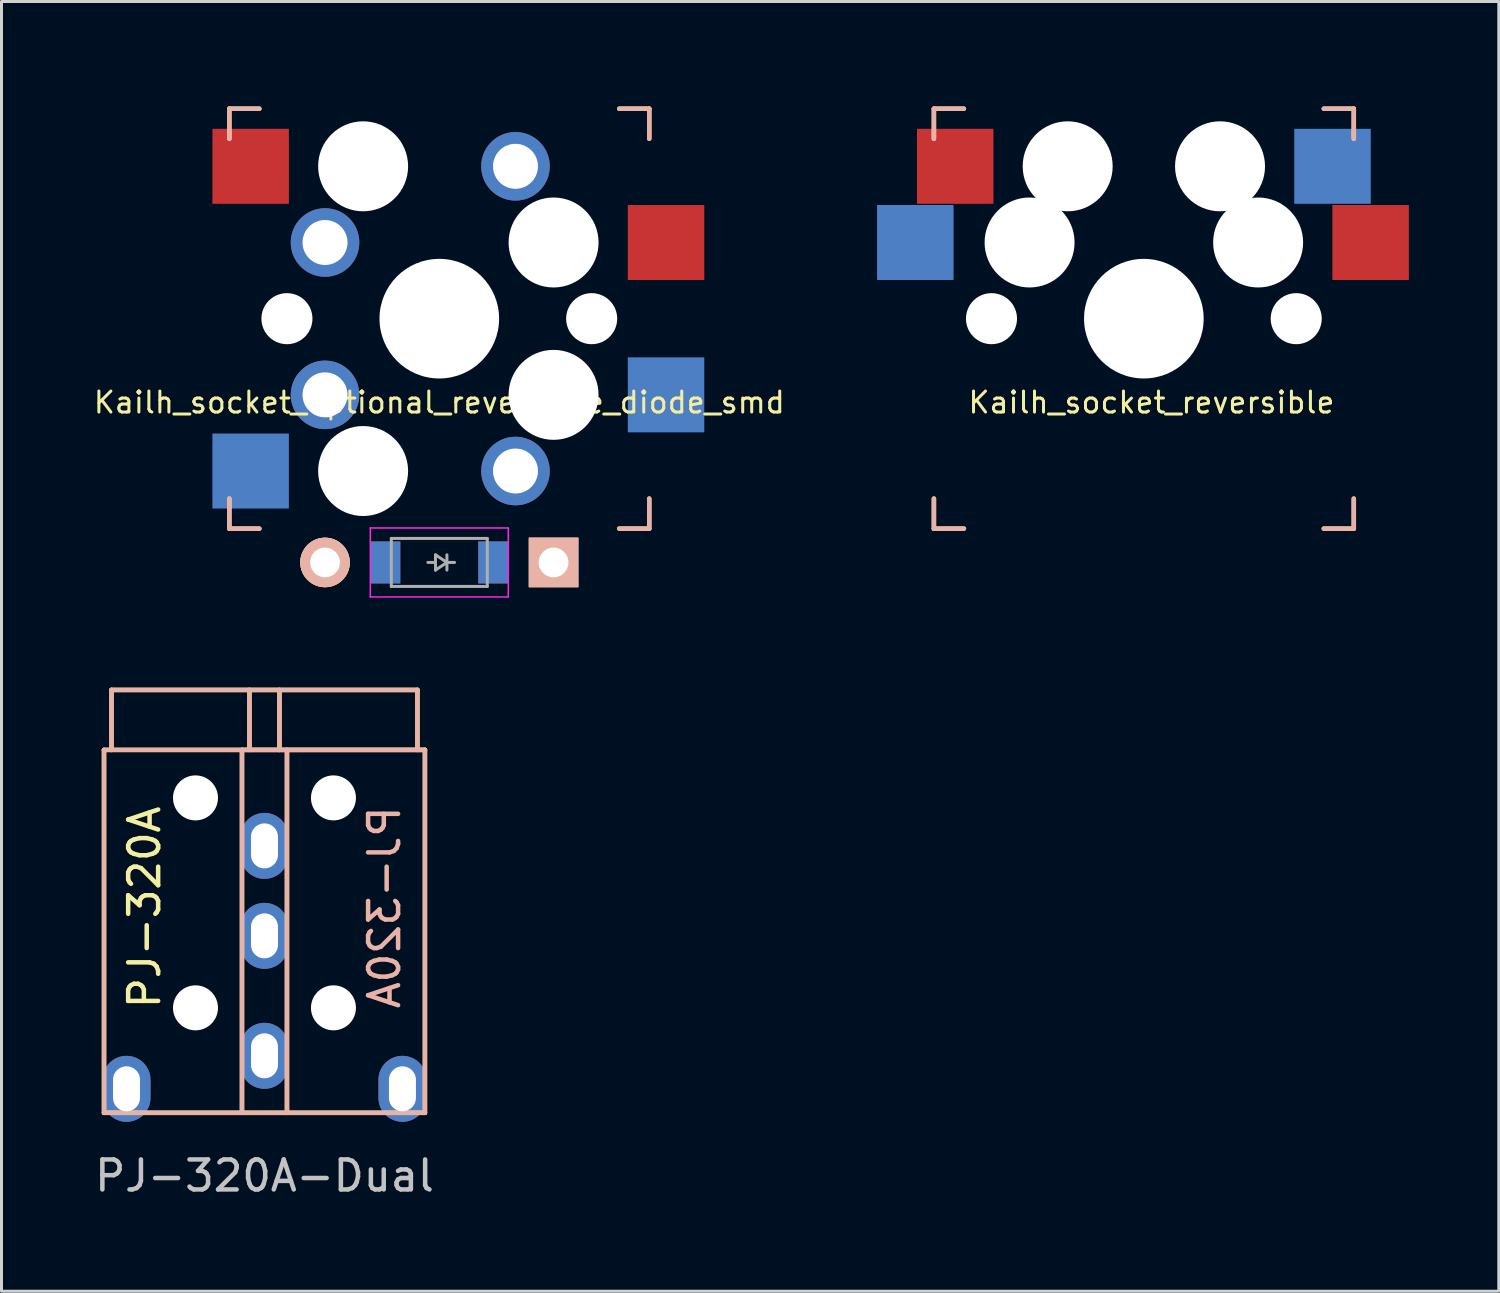
<source format=kicad_pcb>
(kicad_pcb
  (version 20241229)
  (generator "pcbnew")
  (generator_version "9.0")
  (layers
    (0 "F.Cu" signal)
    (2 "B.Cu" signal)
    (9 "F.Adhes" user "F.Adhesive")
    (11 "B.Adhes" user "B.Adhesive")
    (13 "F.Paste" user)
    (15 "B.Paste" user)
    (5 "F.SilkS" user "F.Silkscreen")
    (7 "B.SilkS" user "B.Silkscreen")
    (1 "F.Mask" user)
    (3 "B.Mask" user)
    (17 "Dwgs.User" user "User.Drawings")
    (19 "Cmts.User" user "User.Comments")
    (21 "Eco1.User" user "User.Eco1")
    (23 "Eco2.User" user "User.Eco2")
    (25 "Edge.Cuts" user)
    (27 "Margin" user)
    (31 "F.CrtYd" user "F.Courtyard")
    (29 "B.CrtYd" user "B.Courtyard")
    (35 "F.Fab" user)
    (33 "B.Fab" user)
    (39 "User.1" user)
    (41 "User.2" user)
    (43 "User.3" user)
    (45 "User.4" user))
  (footprint "Kailh_socket_reversible"
    (layer "F.Cu")
    (at 35.088 7.575)
    (property "Reference" "Kailh_socket_reversible" (at 0.254 2.794 0) (layer "F.SilkS") (effects (font (size 0.7 0.7) (thickness 0.1))))
    (attr through_hole)
    (fp_line (start -7 -7) (end -6 -7) (stroke (width 0.15) (type solid)) (layer "F.SilkS"))
    (fp_line (start -7 -6) (end -7 -7) (stroke (width 0.15) (type solid)) (layer "F.SilkS"))
    (fp_line (start -7 7) (end -7 6) (stroke (width 0.15) (type solid)) (layer "F.SilkS"))
    (fp_line (start -6 7) (end -7 7) (stroke (width 0.15) (type solid)) (layer "F.SilkS"))
    (fp_line (start 6 -7) (end 7 -7) (stroke (width 0.15) (type solid)) (layer "F.SilkS"))
    (fp_line (start 7 -7) (end 7 -6) (stroke (width 0.15) (type solid)) (layer "F.SilkS"))
    (fp_line (start 7 6) (end 7 7) (stroke (width 0.15) (type solid)) (layer "F.SilkS"))
    (fp_line (start 7 7) (end 6 7) (stroke (width 0.15) (type solid)) (layer "F.SilkS"))
    (fp_line (start -7 -7) (end -6 -7) (stroke (width 0.15) (type solid)) (layer "B.SilkS"))
    (fp_line (start -7 -6) (end -7 -7) (stroke (width 0.15) (type solid)) (layer "B.SilkS"))
    (fp_line (start -7 7) (end -7 6) (stroke (width 0.15) (type solid)) (layer "B.SilkS"))
    (fp_line (start -6 7) (end -7 7) (stroke (width 0.15) (type solid)) (layer "B.SilkS"))
    (fp_line (start 6 -7) (end 7 -7) (stroke (width 0.15) (type solid)) (layer "B.SilkS"))
    (fp_line (start 7 -7) (end 7 -6) (stroke (width 0.15) (type solid)) (layer "B.SilkS"))
    (fp_line (start 7 6) (end 7 7) (stroke (width 0.15) (type solid)) (layer "B.SilkS"))
    (fp_line (start 7 7) (end 6 7) (stroke (width 0.15) (type solid)) (layer "B.SilkS"))
    (fp_line (start -7.5 -7.5) (end 7.5 -7.5) (stroke (width 0.15) (type solid)) (layer "Eco2.User"))
    (fp_line (start -7.5 7.5) (end -7.5 -7.5) (stroke (width 0.15) (type solid)) (layer "Eco2.User"))
    (fp_line (start -6.9 6.9) (end -6.9 -6.9) (stroke (width 0.15) (type solid)) (layer "Eco2.User"))
    (fp_line (start -6.9 6.9) (end 6.9 6.9) (stroke (width 0.15) (type solid)) (layer "Eco2.User"))
    (fp_line (start 6.9 -6.9) (end -6.9 -6.9) (stroke (width 0.15) (type solid)) (layer "Eco2.User"))
    (fp_line (start 6.9 -6.9) (end 6.9 6.9) (stroke (width 0.15) (type solid)) (layer "Eco2.User"))
    (fp_line (start 7.5 -7.5) (end 7.5 7.5) (stroke (width 0.15) (type solid)) (layer "Eco2.User"))
    (fp_line (start 7.5 7.5) (end -7.5 7.5) (stroke (width 0.15) (type solid)) (layer "Eco2.User"))
    (pad "" np_thru_hole circle (at -5.08 0) (size 1.702 1.702) (drill 1.702) (layers "*.Cu" "*.Mask"))
    (pad "" np_thru_hole circle (at -3.81 -2.54) (size 3 3) (drill 3) (layers "*.Cu" "*.Mask"))
    (pad "" np_thru_hole circle (at -2.54 -5.08) (size 3 3) (drill 3) (layers "*.Cu" "*.Mask"))
    (pad "" np_thru_hole circle (at 0 0) (size 3.988 3.988) (drill 3.988) (layers "*.Cu" "*.Mask"))
    (pad "" np_thru_hole circle (at 2.54 -5.08) (size 3 3) (drill 3) (layers "*.Cu" "*.Mask"))
    (pad "" np_thru_hole circle (at 3.81 -2.54) (size 3 3) (drill 3) (layers "*.Cu" "*.Mask"))
    (pad "" np_thru_hole circle (at 5.08 0) (size 1.702 1.702) (drill 1.702) (layers "*.Cu" "*.Mask"))
    (pad "1" smd rect (at -7.62 -2.54) (size 2.55 2.5) (layers "B.Cu" "B.Mask" "B.Paste"))
    (pad "1" smd rect (at -6.29 -5.08) (size 2.55 2.5) (layers "F.Cu" "F.Mask" "F.Paste"))
    (pad "2" smd rect (at 6.29 -5.08) (size 2.55 2.5) (layers "B.Cu" "B.Mask" "B.Paste"))
    (pad "2" smd rect (at 7.56 -2.54) (size 2.55 2.5) (layers "F.Cu" "F.Mask" "F.Paste")))
  (footprint "Kailh_socket_optional_reversible_diode_smd"
    (layer "F.Cu")
    (at 11.597 7.575)
    (property "Reference" "Kailh_socket_optional_reversible_diode_smd" (at 0 2.794 0) (layer "F.SilkS") (effects (font (size 0.7 0.7) (thickness 0.1))))
    (attr through_hole)
    (fp_line (start -7 -7) (end -6 -7) (stroke (width 0.15) (type solid)) (layer "F.SilkS"))
    (fp_line (start -7 -6) (end -7 -7) (stroke (width 0.15) (type solid)) (layer "F.SilkS"))
    (fp_line (start -7 7) (end -7 6) (stroke (width 0.15) (type solid)) (layer "F.SilkS"))
    (fp_line (start -6 7) (end -7 7) (stroke (width 0.15) (type solid)) (layer "F.SilkS"))
    (fp_line (start 6 -7) (end 7 -7) (stroke (width 0.15) (type solid)) (layer "F.SilkS"))
    (fp_line (start 7 -7) (end 7 -6) (stroke (width 0.15) (type solid)) (layer "F.SilkS"))
    (fp_line (start 7 6) (end 7 7) (stroke (width 0.15) (type solid)) (layer "F.SilkS"))
    (fp_line (start 7 7) (end 6 7) (stroke (width 0.15) (type solid)) (layer "F.SilkS"))
    (fp_line (start -7 -7) (end -6 -7) (stroke (width 0.15) (type solid)) (layer "B.SilkS"))
    (fp_line (start -7 -6) (end -7 -7) (stroke (width 0.15) (type solid)) (layer "B.SilkS"))
    (fp_line (start -7 7) (end -7 6) (stroke (width 0.15) (type solid)) (layer "B.SilkS"))
    (fp_line (start -6 7) (end -7 7) (stroke (width 0.15) (type solid)) (layer "B.SilkS"))
    (fp_line (start 6 -7) (end 7 -7) (stroke (width 0.15) (type solid)) (layer "B.SilkS"))
    (fp_line (start 7 -7) (end 7 -6) (stroke (width 0.15) (type solid)) (layer "B.SilkS"))
    (fp_line (start 7 6) (end 7 7) (stroke (width 0.15) (type solid)) (layer "B.SilkS"))
    (fp_line (start 7 7) (end 6 7) (stroke (width 0.15) (type solid)) (layer "B.SilkS"))
    (fp_line (start -7.5 -7.5) (end 7.5 -7.5) (stroke (width 0.15) (type solid)) (layer "Eco2.User"))
    (fp_line (start -7.5 7.5) (end -7.5 -7.5) (stroke (width 0.15) (type solid)) (layer "Eco2.User"))
    (fp_line (start -6.9 6.9) (end -6.9 -6.9) (stroke (width 0.15) (type solid)) (layer "Eco2.User"))
    (fp_line (start -6.9 6.9) (end 6.9 6.9) (stroke (width 0.15) (type solid)) (layer "Eco2.User"))
    (fp_line (start 6.9 -6.9) (end -6.9 -6.9) (stroke (width 0.15) (type solid)) (layer "Eco2.User"))
    (fp_line (start 6.9 -6.9) (end 6.9 6.9) (stroke (width 0.15) (type solid)) (layer "Eco2.User"))
    (fp_line (start 7.5 -7.5) (end 7.5 7.5) (stroke (width 0.15) (type solid)) (layer "Eco2.User"))
    (fp_line (start 7.5 7.5) (end -7.5 7.5) (stroke (width 0.15) (type solid)) (layer "Eco2.User"))
    (fp_line (start -2.3 6.978) (end -2.3 9.278) (stroke (width 0.05) (type solid)) (layer "F.CrtYd"))
    (fp_line (start -2.3 6.978) (end 2.3 6.978) (stroke (width 0.05) (type solid)) (layer "F.CrtYd"))
    (fp_line (start -2.3 9.278) (end 2.3 9.278) (stroke (width 0.05) (type solid)) (layer "F.CrtYd"))
    (fp_line (start 2.3 6.978) (end 2.3 9.278) (stroke (width 0.05) (type solid)) (layer "F.CrtYd"))
    (fp_line (start -1.6 7.328) (end 1.6 7.328) (stroke (width 0.1) (type solid)) (layer "F.Fab"))
    (fp_line (start -1.6 8.928) (end -1.6 7.328) (stroke (width 0.1) (type solid)) (layer "F.Fab"))
    (fp_line (start -0.127 7.874) (end 0.254 8.128) (stroke (width 0.1) (type solid)) (layer "F.Fab"))
    (fp_line (start -0.127 8.128) (end -0.381 8.128) (stroke (width 0.1) (type solid)) (layer "F.Fab"))
    (fp_line (start -0.127 8.382) (end -0.127 7.874) (stroke (width 0.1) (type solid)) (layer "F.Fab"))
    (fp_line (start 0.254 8.128) (end -0.127 8.382) (stroke (width 0.1) (type solid)) (layer "F.Fab"))
    (fp_line (start 0.254 8.128) (end 0.508 8.128) (stroke (width 0.1) (type solid)) (layer "F.Fab"))
    (fp_line (start 0.254 8.382) (end 0.254 7.874) (stroke (width 0.1) (type solid)) (layer "F.Fab"))
    (fp_line (start 1.6 7.328) (end 1.6 8.928) (stroke (width 0.1) (type solid)) (layer "F.Fab"))
    (fp_line (start 1.6 8.928) (end -1.6 8.928) (stroke (width 0.1) (type solid)) (layer "F.Fab"))
    (pad "" np_thru_hole circle (at -5.08 0) (size 1.702 1.702) (drill 1.702) (layers "*.Cu" "*.Mask"))
    (pad "" np_thru_hole circle (at -2.54 -5.08) (size 3 3) (drill 3) (layers "*.Cu" "*.Mask"))
    (pad "" np_thru_hole circle (at -2.54 5.08) (size 3 3) (drill 3) (layers "*.Cu" "*.Mask"))
    (pad "" np_thru_hole circle (at 0 0) (size 3.988 3.988) (drill 3.988) (layers "*.Cu" "*.Mask"))
    (pad "" np_thru_hole circle (at 3.81 -2.54) (size 3 3) (drill 3) (layers "*.Cu" "*.Mask"))
    (pad "" np_thru_hole circle (at 3.81 2.54) (size 3 3) (drill 3) (layers "*.Cu" "*.Mask"))
    (pad "" np_thru_hole circle (at 5.08 0) (size 1.702 1.702) (drill 1.702) (layers "*.Cu" "*.Mask"))
    (pad "1" thru_hole circle (at 2.54 -5.08) (size 2.286 2.286) (drill 1.499) (layers "*.Cu" "*.Mask"))
    (pad "1" thru_hole circle (at 2.54 5.08) (size 2.286 2.286) (drill 1.499) (layers "*.Cu" "*.Mask"))
    (pad "1" smd rect (at 7.56 -2.54) (size 2.55 2.5) (layers "F.Cu" "F.Mask" "F.Paste"))
    (pad "1" smd rect (at 7.56 2.54) (size 2.55 2.5) (layers "B.Cu" "B.Mask" "B.Paste"))
    (pad "2" smd rect (at -6.29 -5.08) (size 2.55 2.5) (layers "F.Cu" "F.Mask" "F.Paste"))
    (pad "2" smd rect (at -6.29 5.08) (size 2.55 2.5) (layers "B.Cu" "B.Mask" "B.Paste"))
    (pad "2" thru_hole circle (at -3.81 -2.54) (size 2.286 2.286) (drill 1.499) (layers "*.Cu" "*.Mask"))
    (pad "2" thru_hole circle (at -3.81 2.54) (size 2.286 2.286) (drill 1.499) (layers "*.Cu" "*.Mask"))
    (pad "3" thru_hole circle (at -3.81 8.128) (size 1.651 1.651) (drill 0.991) (layers "*.Cu" "*.SilkS" "*.Mask"))
    (pad "3" smd rect (at -1.8 8.128) (size 1 1.4) (layers "F.Cu" "F.Mask" "F.Paste"))
    (pad "3" smd rect (at -1.8 8.128) (size 1 1.4) (layers "B.Cu" "B.Mask" "B.Paste"))
    (pad "4" smd rect (at 1.8 8.128) (size 1 1.4) (layers "F.Cu" "F.Mask" "F.Paste"))
    (pad "4" smd rect (at 1.8 8.128) (size 1 1.4) (layers "B.Cu" "B.Mask" "B.Paste"))
    (pad "4" thru_hole rect (at 3.81 8.128) (size 1.651 1.651) (drill 0.991) (layers "*.Cu" "*.SilkS" "*.Mask")))
  (footprint "PJ-320A-Dual"
    (layer "F.Cu")
    (at 5.768 21.953)
    (property "Reference" "PJ-320A-Dual" (at 0 14.2 0) (layer "Dwgs.User") (effects (font (size 1 1) (thickness 0.15))))
    (attr through_hole)
    (fp_line (start -5.35 0) (end -5.35 12.1) (stroke (width 0.15) (type solid)) (layer "F.SilkS"))
    (fp_line (start -5.1 0) (end -5.1 -2) (stroke (width 0.15) (type solid)) (layer "F.SilkS"))
    (fp_line (start -0.75 0) (end -0.75 12.1) (stroke (width 0.15) (type solid)) (layer "F.SilkS"))
    (fp_line (start -0.5 0) (end -0.5 -2) (stroke (width 0.15) (type solid)) (layer "F.SilkS"))
    (fp_line (start 0.5 0) (end 0.5 -2) (stroke (width 0.15) (type solid)) (layer "F.SilkS"))
    (fp_line (start 0.75 0) (end 0.75 12.1) (stroke (width 0.15) (type solid)) (layer "F.SilkS"))
    (fp_line (start 5.1 -2) (end -5.1 -2) (stroke (width 0.15) (type solid)) (layer "F.SilkS"))
    (fp_line (start 5.1 0) (end 5.1 -2) (stroke (width 0.15) (type solid)) (layer "F.SilkS"))
    (fp_line (start 5.35 0) (end -5.35 0) (stroke (width 0.15) (type solid)) (layer "F.SilkS"))
    (fp_line (start 5.35 0) (end 5.35 12.1) (stroke (width 0.15) (type solid)) (layer "F.SilkS"))
    (fp_line (start 5.35 12.1) (end -5.35 12.1) (stroke (width 0.15) (type solid)) (layer "F.SilkS"))
    (fp_line (start -5.35 0) (end -5.35 12.1) (stroke (width 0.15) (type solid)) (layer "B.SilkS"))
    (fp_line (start -5.35 0) (end 5.35 0) (stroke (width 0.15) (type solid)) (layer "B.SilkS"))
    (fp_line (start -5.35 12.1) (end 5.35 12.1) (stroke (width 0.15) (type solid)) (layer "B.SilkS"))
    (fp_line (start -5.1 -2) (end 5.1 -2) (stroke (width 0.15) (type solid)) (layer "B.SilkS"))
    (fp_line (start -5.1 0) (end -5.1 -2) (stroke (width 0.15) (type solid)) (layer "B.SilkS"))
    (fp_line (start -0.75 0) (end -0.75 12.1) (stroke (width 0.15) (type solid)) (layer "B.SilkS"))
    (fp_line (start -0.75 0) (end 5.35 0) (stroke (width 0.15) (type solid)) (layer "B.SilkS"))
    (fp_line (start -0.5 0) (end -0.5 -2) (stroke (width 0.15) (type solid)) (layer "B.SilkS"))
    (fp_line (start 0.5 0) (end 0.5 -2) (stroke (width 0.15) (type solid)) (layer "B.SilkS"))
    (fp_line (start 0.75 0) (end 0.75 12.1) (stroke (width 0.15) (type solid)) (layer "B.SilkS"))
    (fp_line (start 5.1 0) (end 5.1 -2) (stroke (width 0.15) (type solid)) (layer "B.SilkS"))
    (fp_line (start 5.35 0) (end 5.35 12.1) (stroke (width 0.15) (type solid)) (layer "B.SilkS"))
    (fp_text user "PJ-320A" (at -4 5.25 90) (layer "F.SilkS") (effects (font (size 1 1) (thickness 0.15))))
    (fp_text user "PJ-320A" (at 4 5.25 270) (layer "B.SilkS") (effects (font (size 1 1) (thickness 0.15)) (justify mirror)))
    (pad "" np_thru_hole circle (at -2.3 1.6) (size 1.5 1.5) (drill 1.5) (layers "*.Cu" "*.Mask"))
    (pad "" np_thru_hole circle (at -2.3 8.6) (size 1.5 1.5) (drill 1.5) (layers "*.Cu" "*.Mask"))
    (pad "" np_thru_hole circle (at 2.3 1.6) (size 1.5 1.5) (drill 1.5) (layers "*.Cu" "*.Mask"))
    (pad "" np_thru_hole circle (at 2.3 8.6) (size 1.5 1.5) (drill 1.5) (layers "*.Cu" "*.Mask"))
    (pad "2" thru_hole oval (at 0 3.2) (size 1.6 2.2) (drill oval 0.9 1.5) (layers "*.Cu" "*.Mask"))
    (pad "3" thru_hole oval (at 0 6.2) (size 1.6 2.2) (drill oval 0.9 1.5) (layers "*.Cu" "*.Mask"))
    (pad "4" thru_hole oval (at 0 10.2) (size 1.6 2.2) (drill oval 0.9 1.5) (layers "*.Cu" "*.Mask"))
    (pad "5" thru_hole oval (at -4.6 11.3) (size 1.6 2.2) (drill oval 0.9 1.5) (layers "*.Cu" "*.Mask"))
    (pad "5" thru_hole oval (at 4.6 11.3) (size 1.6 2.2) (drill oval 0.9 1.5) (layers "*.Cu" "*.Mask")))
  (gr_rect
    (start -3 -3)
    (end 46.923 40.001)
    (stroke (width 0.1) (type default))
    (fill no)
    (layer "Edge.Cuts")))
</source>
